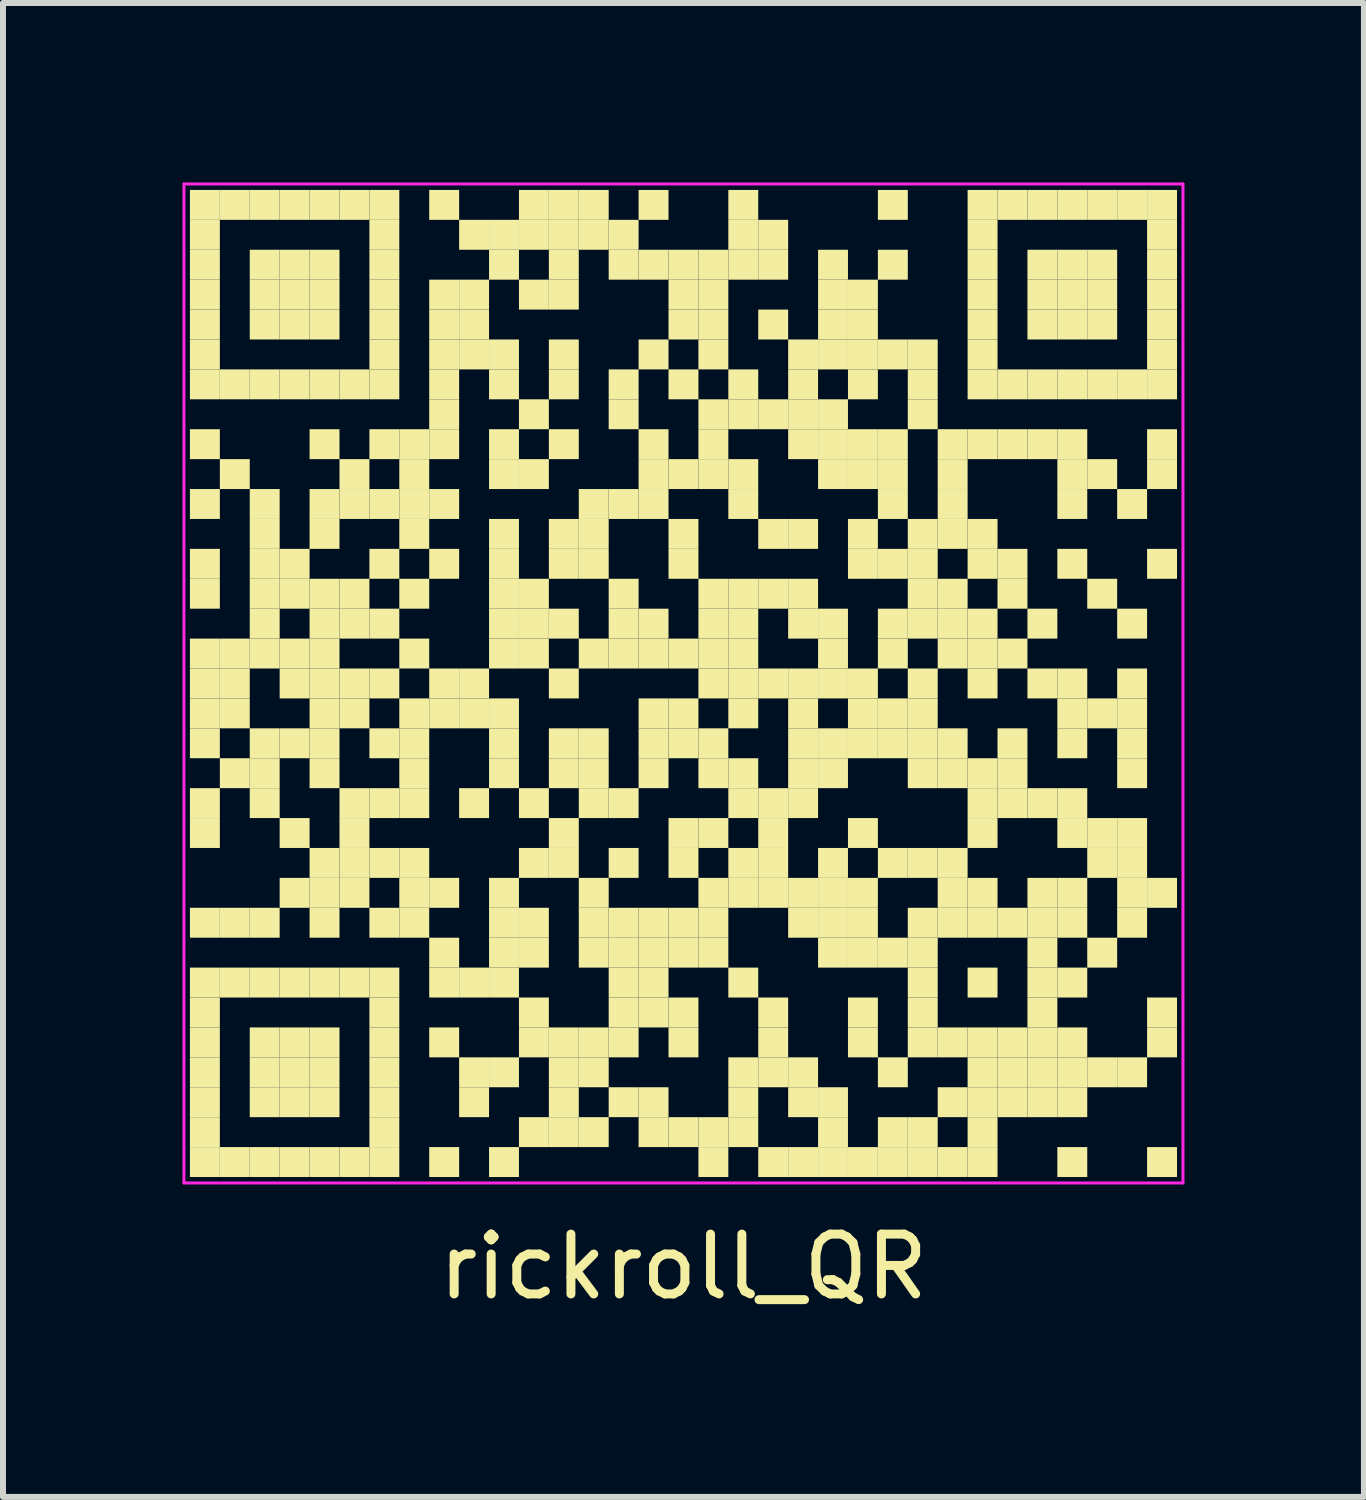
<source format=kicad_pcb>
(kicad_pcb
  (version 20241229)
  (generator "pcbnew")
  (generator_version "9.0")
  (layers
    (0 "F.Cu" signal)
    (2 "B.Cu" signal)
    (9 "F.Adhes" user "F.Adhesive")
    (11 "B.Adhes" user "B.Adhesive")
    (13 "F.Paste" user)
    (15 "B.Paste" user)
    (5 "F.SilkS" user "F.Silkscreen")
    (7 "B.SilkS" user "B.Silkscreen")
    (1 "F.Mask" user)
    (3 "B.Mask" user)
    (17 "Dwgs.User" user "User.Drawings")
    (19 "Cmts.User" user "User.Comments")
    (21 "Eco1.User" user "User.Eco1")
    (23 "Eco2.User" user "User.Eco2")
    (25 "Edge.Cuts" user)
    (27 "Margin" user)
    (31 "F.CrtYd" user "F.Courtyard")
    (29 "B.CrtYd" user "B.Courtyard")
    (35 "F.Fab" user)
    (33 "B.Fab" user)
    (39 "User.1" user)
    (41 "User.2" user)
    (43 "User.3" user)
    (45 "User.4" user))
  (footprint "rickroll_QR"
    (layer "F.Cu")
    (at 8.375 8.375)
    (property "Reference" "rickroll_QR" (at 0 9.75 0) (layer "F.SilkS") (effects (font (size 1 1) (thickness 0.15))))
    (fp_rect (start -8.25 -8.25) (end -7.75 -7.75) (stroke (width 0) (type default)) (fill yes) (layer "F.SilkS"))
    (fp_rect (start -8.25 -7.75) (end -7.75 -7.25) (stroke (width 0) (type default)) (fill yes) (layer "F.SilkS"))
    (fp_rect (start -8.25 -7.25) (end -7.75 -6.75) (stroke (width 0) (type default)) (fill yes) (layer "F.SilkS"))
    (fp_rect (start -8.25 -6.75) (end -7.75 -6.25) (stroke (width 0) (type default)) (fill yes) (layer "F.SilkS"))
    (fp_rect (start -8.25 -6.25) (end -7.75 -5.75) (stroke (width 0) (type default)) (fill yes) (layer "F.SilkS"))
    (fp_rect (start -8.25 -5.75) (end -7.75 -5.25) (stroke (width 0) (type default)) (fill yes) (layer "F.SilkS"))
    (fp_rect (start -8.25 -5.25) (end -7.75 -4.75) (stroke (width 0) (type default)) (fill yes) (layer "F.SilkS"))
    (fp_rect (start -8.25 -4.25) (end -7.75 -3.75) (stroke (width 0) (type default)) (fill yes) (layer "F.SilkS"))
    (fp_rect (start -8.25 -3.25) (end -7.75 -2.75) (stroke (width 0) (type default)) (fill yes) (layer "F.SilkS"))
    (fp_rect (start -8.25 -2.25) (end -7.75 -1.75) (stroke (width 0) (type default)) (fill yes) (layer "F.SilkS"))
    (fp_rect (start -8.25 -1.75) (end -7.75 -1.25) (stroke (width 0) (type default)) (fill yes) (layer "F.SilkS"))
    (fp_rect (start -8.25 -0.75) (end -7.75 -0.25) (stroke (width 0) (type default)) (fill yes) (layer "F.SilkS"))
    (fp_rect (start -8.25 -0.25) (end -7.75 0.25) (stroke (width 0) (type default)) (fill yes) (layer "F.SilkS"))
    (fp_rect (start -8.25 0.25) (end -7.75 0.75) (stroke (width 0) (type default)) (fill yes) (layer "F.SilkS"))
    (fp_rect (start -8.25 0.75) (end -7.75 1.25) (stroke (width 0) (type default)) (fill yes) (layer "F.SilkS"))
    (fp_rect (start -8.25 1.75) (end -7.75 2.25) (stroke (width 0) (type default)) (fill yes) (layer "F.SilkS"))
    (fp_rect (start -8.25 2.25) (end -7.75 2.75) (stroke (width 0) (type default)) (fill yes) (layer "F.SilkS"))
    (fp_rect (start -8.25 3.75) (end -7.75 4.25) (stroke (width 0) (type default)) (fill yes) (layer "F.SilkS"))
    (fp_rect (start -8.25 4.75) (end -7.75 5.25) (stroke (width 0) (type default)) (fill yes) (layer "F.SilkS"))
    (fp_rect (start -8.25 5.25) (end -7.75 5.75) (stroke (width 0) (type default)) (fill yes) (layer "F.SilkS"))
    (fp_rect (start -8.25 5.75) (end -7.75 6.25) (stroke (width 0) (type default)) (fill yes) (layer "F.SilkS"))
    (fp_rect (start -8.25 6.25) (end -7.75 6.75) (stroke (width 0) (type default)) (fill yes) (layer "F.SilkS"))
    (fp_rect (start -8.25 6.75) (end -7.75 7.25) (stroke (width 0) (type default)) (fill yes) (layer "F.SilkS"))
    (fp_rect (start -8.25 7.25) (end -7.75 7.75) (stroke (width 0) (type default)) (fill yes) (layer "F.SilkS"))
    (fp_rect (start -8.25 7.75) (end -7.75 8.25) (stroke (width 0) (type default)) (fill yes) (layer "F.SilkS"))
    (fp_rect (start -7.75 -8.25) (end -7.25 -7.75) (stroke (width 0) (type default)) (fill yes) (layer "F.SilkS"))
    (fp_rect (start -7.75 -5.25) (end -7.25 -4.75) (stroke (width 0) (type default)) (fill yes) (layer "F.SilkS"))
    (fp_rect (start -7.75 -3.75) (end -7.25 -3.25) (stroke (width 0) (type default)) (fill yes) (layer "F.SilkS"))
    (fp_rect (start -7.75 -0.75) (end -7.25 -0.25) (stroke (width 0) (type default)) (fill yes) (layer "F.SilkS"))
    (fp_rect (start -7.75 -0.25) (end -7.25 0.25) (stroke (width 0) (type default)) (fill yes) (layer "F.SilkS"))
    (fp_rect (start -7.75 0.25) (end -7.25 0.75) (stroke (width 0) (type default)) (fill yes) (layer "F.SilkS"))
    (fp_rect (start -7.75 1.25) (end -7.25 1.75) (stroke (width 0) (type default)) (fill yes) (layer "F.SilkS"))
    (fp_rect (start -7.75 3.75) (end -7.25 4.25) (stroke (width 0) (type default)) (fill yes) (layer "F.SilkS"))
    (fp_rect (start -7.75 4.75) (end -7.25 5.25) (stroke (width 0) (type default)) (fill yes) (layer "F.SilkS"))
    (fp_rect (start -7.75 7.75) (end -7.25 8.25) (stroke (width 0) (type default)) (fill yes) (layer "F.SilkS"))
    (fp_rect (start -7.25 -8.25) (end -6.75 -7.75) (stroke (width 0) (type default)) (fill yes) (layer "F.SilkS"))
    (fp_rect (start -7.25 -7.25) (end -6.75 -6.75) (stroke (width 0) (type default)) (fill yes) (layer "F.SilkS"))
    (fp_rect (start -7.25 -6.75) (end -6.75 -6.25) (stroke (width 0) (type default)) (fill yes) (layer "F.SilkS"))
    (fp_rect (start -7.25 -6.25) (end -6.75 -5.75) (stroke (width 0) (type default)) (fill yes) (layer "F.SilkS"))
    (fp_rect (start -7.25 -5.25) (end -6.75 -4.75) (stroke (width 0) (type default)) (fill yes) (layer "F.SilkS"))
    (fp_rect (start -7.25 -3.25) (end -6.75 -2.75) (stroke (width 0) (type default)) (fill yes) (layer "F.SilkS"))
    (fp_rect (start -7.25 -2.75) (end -6.75 -2.25) (stroke (width 0) (type default)) (fill yes) (layer "F.SilkS"))
    (fp_rect (start -7.25 -2.25) (end -6.75 -1.75) (stroke (width 0) (type default)) (fill yes) (layer "F.SilkS"))
    (fp_rect (start -7.25 -1.75) (end -6.75 -1.25) (stroke (width 0) (type default)) (fill yes) (layer "F.SilkS"))
    (fp_rect (start -7.25 -1.25) (end -6.75 -0.75) (stroke (width 0) (type default)) (fill yes) (layer "F.SilkS"))
    (fp_rect (start -7.25 -0.75) (end -6.75 -0.25) (stroke (width 0) (type default)) (fill yes) (layer "F.SilkS"))
    (fp_rect (start -7.25 0.75) (end -6.75 1.25) (stroke (width 0) (type default)) (fill yes) (layer "F.SilkS"))
    (fp_rect (start -7.25 1.25) (end -6.75 1.75) (stroke (width 0) (type default)) (fill yes) (layer "F.SilkS"))
    (fp_rect (start -7.25 1.75) (end -6.75 2.25) (stroke (width 0) (type default)) (fill yes) (layer "F.SilkS"))
    (fp_rect (start -7.25 3.75) (end -6.75 4.25) (stroke (width 0) (type default)) (fill yes) (layer "F.SilkS"))
    (fp_rect (start -7.25 4.75) (end -6.75 5.25) (stroke (width 0) (type default)) (fill yes) (layer "F.SilkS"))
    (fp_rect (start -7.25 5.75) (end -6.75 6.25) (stroke (width 0) (type default)) (fill yes) (layer "F.SilkS"))
    (fp_rect (start -7.25 6.25) (end -6.75 6.75) (stroke (width 0) (type default)) (fill yes) (layer "F.SilkS"))
    (fp_rect (start -7.25 6.75) (end -6.75 7.25) (stroke (width 0) (type default)) (fill yes) (layer "F.SilkS"))
    (fp_rect (start -7.25 7.75) (end -6.75 8.25) (stroke (width 0) (type default)) (fill yes) (layer "F.SilkS"))
    (fp_rect (start -6.75 -8.25) (end -6.25 -7.75) (stroke (width 0) (type default)) (fill yes) (layer "F.SilkS"))
    (fp_rect (start -6.75 -7.25) (end -6.25 -6.75) (stroke (width 0) (type default)) (fill yes) (layer "F.SilkS"))
    (fp_rect (start -6.75 -6.75) (end -6.25 -6.25) (stroke (width 0) (type default)) (fill yes) (layer "F.SilkS"))
    (fp_rect (start -6.75 -6.25) (end -6.25 -5.75) (stroke (width 0) (type default)) (fill yes) (layer "F.SilkS"))
    (fp_rect (start -6.75 -5.25) (end -6.25 -4.75) (stroke (width 0) (type default)) (fill yes) (layer "F.SilkS"))
    (fp_rect (start -6.75 -2.25) (end -6.25 -1.75) (stroke (width 0) (type default)) (fill yes) (layer "F.SilkS"))
    (fp_rect (start -6.75 -1.75) (end -6.25 -1.25) (stroke (width 0) (type default)) (fill yes) (layer "F.SilkS"))
    (fp_rect (start -6.75 -0.75) (end -6.25 -0.25) (stroke (width 0) (type default)) (fill yes) (layer "F.SilkS"))
    (fp_rect (start -6.75 -0.25) (end -6.25 0.25) (stroke (width 0) (type default)) (fill yes) (layer "F.SilkS"))
    (fp_rect (start -6.75 0.75) (end -6.25 1.25) (stroke (width 0) (type default)) (fill yes) (layer "F.SilkS"))
    (fp_rect (start -6.75 2.25) (end -6.25 2.75) (stroke (width 0) (type default)) (fill yes) (layer "F.SilkS"))
    (fp_rect (start -6.75 3.25) (end -6.25 3.75) (stroke (width 0) (type default)) (fill yes) (layer "F.SilkS"))
    (fp_rect (start -6.75 4.75) (end -6.25 5.25) (stroke (width 0) (type default)) (fill yes) (layer "F.SilkS"))
    (fp_rect (start -6.75 5.75) (end -6.25 6.25) (stroke (width 0) (type default)) (fill yes) (layer "F.SilkS"))
    (fp_rect (start -6.75 6.25) (end -6.25 6.75) (stroke (width 0) (type default)) (fill yes) (layer "F.SilkS"))
    (fp_rect (start -6.75 6.75) (end -6.25 7.25) (stroke (width 0) (type default)) (fill yes) (layer "F.SilkS"))
    (fp_rect (start -6.75 7.75) (end -6.25 8.25) (stroke (width 0) (type default)) (fill yes) (layer "F.SilkS"))
    (fp_rect (start -6.25 -8.25) (end -5.75 -7.75) (stroke (width 0) (type default)) (fill yes) (layer "F.SilkS"))
    (fp_rect (start -6.25 -7.25) (end -5.75 -6.75) (stroke (width 0) (type default)) (fill yes) (layer "F.SilkS"))
    (fp_rect (start -6.25 -6.75) (end -5.75 -6.25) (stroke (width 0) (type default)) (fill yes) (layer "F.SilkS"))
    (fp_rect (start -6.25 -6.25) (end -5.75 -5.75) (stroke (width 0) (type default)) (fill yes) (layer "F.SilkS"))
    (fp_rect (start -6.25 -5.25) (end -5.75 -4.75) (stroke (width 0) (type default)) (fill yes) (layer "F.SilkS"))
    (fp_rect (start -6.25 -4.25) (end -5.75 -3.75) (stroke (width 0) (type default)) (fill yes) (layer "F.SilkS"))
    (fp_rect (start -6.25 -3.25) (end -5.75 -2.75) (stroke (width 0) (type default)) (fill yes) (layer "F.SilkS"))
    (fp_rect (start -6.25 -2.75) (end -5.75 -2.25) (stroke (width 0) (type default)) (fill yes) (layer "F.SilkS"))
    (fp_rect (start -6.25 -1.75) (end -5.75 -1.25) (stroke (width 0) (type default)) (fill yes) (layer "F.SilkS"))
    (fp_rect (start -6.25 -1.25) (end -5.75 -0.75) (stroke (width 0) (type default)) (fill yes) (layer "F.SilkS"))
    (fp_rect (start -6.25 -0.75) (end -5.75 -0.25) (stroke (width 0) (type default)) (fill yes) (layer "F.SilkS"))
    (fp_rect (start -6.25 -0.25) (end -5.75 0.25) (stroke (width 0) (type default)) (fill yes) (layer "F.SilkS"))
    (fp_rect (start -6.25 0.25) (end -5.75 0.75) (stroke (width 0) (type default)) (fill yes) (layer "F.SilkS"))
    (fp_rect (start -6.25 0.75) (end -5.75 1.25) (stroke (width 0) (type default)) (fill yes) (layer "F.SilkS"))
    (fp_rect (start -6.25 1.25) (end -5.75 1.75) (stroke (width 0) (type default)) (fill yes) (layer "F.SilkS"))
    (fp_rect (start -6.25 2.75) (end -5.75 3.25) (stroke (width 0) (type default)) (fill yes) (layer "F.SilkS"))
    (fp_rect (start -6.25 3.25) (end -5.75 3.75) (stroke (width 0) (type default)) (fill yes) (layer "F.SilkS"))
    (fp_rect (start -6.25 3.75) (end -5.75 4.25) (stroke (width 0) (type default)) (fill yes) (layer "F.SilkS"))
    (fp_rect (start -6.25 4.75) (end -5.75 5.25) (stroke (width 0) (type default)) (fill yes) (layer "F.SilkS"))
    (fp_rect (start -6.25 5.75) (end -5.75 6.25) (stroke (width 0) (type default)) (fill yes) (layer "F.SilkS"))
    (fp_rect (start -6.25 6.25) (end -5.75 6.75) (stroke (width 0) (type default)) (fill yes) (layer "F.SilkS"))
    (fp_rect (start -6.25 6.75) (end -5.75 7.25) (stroke (width 0) (type default)) (fill yes) (layer "F.SilkS"))
    (fp_rect (start -6.25 7.75) (end -5.75 8.25) (stroke (width 0) (type default)) (fill yes) (layer "F.SilkS"))
    (fp_rect (start -5.75 -8.25) (end -5.25 -7.75) (stroke (width 0) (type default)) (fill yes) (layer "F.SilkS"))
    (fp_rect (start -5.75 -5.25) (end -5.25 -4.75) (stroke (width 0) (type default)) (fill yes) (layer "F.SilkS"))
    (fp_rect (start -5.75 -3.75) (end -5.25 -3.25) (stroke (width 0) (type default)) (fill yes) (layer "F.SilkS"))
    (fp_rect (start -5.75 -3.25) (end -5.25 -2.75) (stroke (width 0) (type default)) (fill yes) (layer "F.SilkS"))
    (fp_rect (start -5.75 -1.75) (end -5.25 -1.25) (stroke (width 0) (type default)) (fill yes) (layer "F.SilkS"))
    (fp_rect (start -5.75 -1.25) (end -5.25 -0.75) (stroke (width 0) (type default)) (fill yes) (layer "F.SilkS"))
    (fp_rect (start -5.75 -0.25) (end -5.25 0.25) (stroke (width 0) (type default)) (fill yes) (layer "F.SilkS"))
    (fp_rect (start -5.75 0.25) (end -5.25 0.75) (stroke (width 0) (type default)) (fill yes) (layer "F.SilkS"))
    (fp_rect (start -5.75 1.75) (end -5.25 2.25) (stroke (width 0) (type default)) (fill yes) (layer "F.SilkS"))
    (fp_rect (start -5.75 2.25) (end -5.25 2.75) (stroke (width 0) (type default)) (fill yes) (layer "F.SilkS"))
    (fp_rect (start -5.75 2.75) (end -5.25 3.25) (stroke (width 0) (type default)) (fill yes) (layer "F.SilkS"))
    (fp_rect (start -5.75 3.25) (end -5.25 3.75) (stroke (width 0) (type default)) (fill yes) (layer "F.SilkS"))
    (fp_rect (start -5.75 4.75) (end -5.25 5.25) (stroke (width 0) (type default)) (fill yes) (layer "F.SilkS"))
    (fp_rect (start -5.75 7.75) (end -5.25 8.25) (stroke (width 0) (type default)) (fill yes) (layer "F.SilkS"))
    (fp_rect (start -5.25 -8.25) (end -4.75 -7.75) (stroke (width 0) (type default)) (fill yes) (layer "F.SilkS"))
    (fp_rect (start -5.25 -7.75) (end -4.75 -7.25) (stroke (width 0) (type default)) (fill yes) (layer "F.SilkS"))
    (fp_rect (start -5.25 -7.25) (end -4.75 -6.75) (stroke (width 0) (type default)) (fill yes) (layer "F.SilkS"))
    (fp_rect (start -5.25 -6.75) (end -4.75 -6.25) (stroke (width 0) (type default)) (fill yes) (layer "F.SilkS"))
    (fp_rect (start -5.25 -6.25) (end -4.75 -5.75) (stroke (width 0) (type default)) (fill yes) (layer "F.SilkS"))
    (fp_rect (start -5.25 -5.75) (end -4.75 -5.25) (stroke (width 0) (type default)) (fill yes) (layer "F.SilkS"))
    (fp_rect (start -5.25 -5.25) (end -4.75 -4.75) (stroke (width 0) (type default)) (fill yes) (layer "F.SilkS"))
    (fp_rect (start -5.25 -4.25) (end -4.75 -3.75) (stroke (width 0) (type default)) (fill yes) (layer "F.SilkS"))
    (fp_rect (start -5.25 -3.25) (end -4.75 -2.75) (stroke (width 0) (type default)) (fill yes) (layer "F.SilkS"))
    (fp_rect (start -5.25 -2.25) (end -4.75 -1.75) (stroke (width 0) (type default)) (fill yes) (layer "F.SilkS"))
    (fp_rect (start -5.25 -1.25) (end -4.75 -0.75) (stroke (width 0) (type default)) (fill yes) (layer "F.SilkS"))
    (fp_rect (start -5.25 -0.25) (end -4.75 0.25) (stroke (width 0) (type default)) (fill yes) (layer "F.SilkS"))
    (fp_rect (start -5.25 0.75) (end -4.75 1.25) (stroke (width 0) (type default)) (fill yes) (layer "F.SilkS"))
    (fp_rect (start -5.25 1.75) (end -4.75 2.25) (stroke (width 0) (type default)) (fill yes) (layer "F.SilkS"))
    (fp_rect (start -5.25 2.75) (end -4.75 3.25) (stroke (width 0) (type default)) (fill yes) (layer "F.SilkS"))
    (fp_rect (start -5.25 3.75) (end -4.75 4.25) (stroke (width 0) (type default)) (fill yes) (layer "F.SilkS"))
    (fp_rect (start -5.25 4.75) (end -4.75 5.25) (stroke (width 0) (type default)) (fill yes) (layer "F.SilkS"))
    (fp_rect (start -5.25 5.25) (end -4.75 5.75) (stroke (width 0) (type default)) (fill yes) (layer "F.SilkS"))
    (fp_rect (start -5.25 5.75) (end -4.75 6.25) (stroke (width 0) (type default)) (fill yes) (layer "F.SilkS"))
    (fp_rect (start -5.25 6.25) (end -4.75 6.75) (stroke (width 0) (type default)) (fill yes) (layer "F.SilkS"))
    (fp_rect (start -5.25 6.75) (end -4.75 7.25) (stroke (width 0) (type default)) (fill yes) (layer "F.SilkS"))
    (fp_rect (start -5.25 7.25) (end -4.75 7.75) (stroke (width 0) (type default)) (fill yes) (layer "F.SilkS"))
    (fp_rect (start -5.25 7.75) (end -4.75 8.25) (stroke (width 0) (type default)) (fill yes) (layer "F.SilkS"))
    (fp_rect (start -4.75 -4.25) (end -4.25 -3.75) (stroke (width 0) (type default)) (fill yes) (layer "F.SilkS"))
    (fp_rect (start -4.75 -3.75) (end -4.25 -3.25) (stroke (width 0) (type default)) (fill yes) (layer "F.SilkS"))
    (fp_rect (start -4.75 -3.25) (end -4.25 -2.75) (stroke (width 0) (type default)) (fill yes) (layer "F.SilkS"))
    (fp_rect (start -4.75 -2.75) (end -4.25 -2.25) (stroke (width 0) (type default)) (fill yes) (layer "F.SilkS"))
    (fp_rect (start -4.75 -1.75) (end -4.25 -1.25) (stroke (width 0) (type default)) (fill yes) (layer "F.SilkS"))
    (fp_rect (start -4.75 -0.75) (end -4.25 -0.25) (stroke (width 0) (type default)) (fill yes) (layer "F.SilkS"))
    (fp_rect (start -4.75 0.25) (end -4.25 0.75) (stroke (width 0) (type default)) (fill yes) (layer "F.SilkS"))
    (fp_rect (start -4.75 0.75) (end -4.25 1.25) (stroke (width 0) (type default)) (fill yes) (layer "F.SilkS"))
    (fp_rect (start -4.75 1.25) (end -4.25 1.75) (stroke (width 0) (type default)) (fill yes) (layer "F.SilkS"))
    (fp_rect (start -4.75 1.75) (end -4.25 2.25) (stroke (width 0) (type default)) (fill yes) (layer "F.SilkS"))
    (fp_rect (start -4.75 2.75) (end -4.25 3.25) (stroke (width 0) (type default)) (fill yes) (layer "F.SilkS"))
    (fp_rect (start -4.75 3.25) (end -4.25 3.75) (stroke (width 0) (type default)) (fill yes) (layer "F.SilkS"))
    (fp_rect (start -4.75 3.75) (end -4.25 4.25) (stroke (width 0) (type default)) (fill yes) (layer "F.SilkS"))
    (fp_rect (start -4.25 -8.25) (end -3.75 -7.75) (stroke (width 0) (type default)) (fill yes) (layer "F.SilkS"))
    (fp_rect (start -4.25 -6.75) (end -3.75 -6.25) (stroke (width 0) (type default)) (fill yes) (layer "F.SilkS"))
    (fp_rect (start -4.25 -6.25) (end -3.75 -5.75) (stroke (width 0) (type default)) (fill yes) (layer "F.SilkS"))
    (fp_rect (start -4.25 -5.75) (end -3.75 -5.25) (stroke (width 0) (type default)) (fill yes) (layer "F.SilkS"))
    (fp_rect (start -4.25 -5.25) (end -3.75 -4.75) (stroke (width 0) (type default)) (fill yes) (layer "F.SilkS"))
    (fp_rect (start -4.25 -4.75) (end -3.75 -4.25) (stroke (width 0) (type default)) (fill yes) (layer "F.SilkS"))
    (fp_rect (start -4.25 -4.25) (end -3.75 -3.75) (stroke (width 0) (type default)) (fill yes) (layer "F.SilkS"))
    (fp_rect (start -4.25 -3.25) (end -3.75 -2.75) (stroke (width 0) (type default)) (fill yes) (layer "F.SilkS"))
    (fp_rect (start -4.25 -2.25) (end -3.75 -1.75) (stroke (width 0) (type default)) (fill yes) (layer "F.SilkS"))
    (fp_rect (start -4.25 -0.25) (end -3.75 0.25) (stroke (width 0) (type default)) (fill yes) (layer "F.SilkS"))
    (fp_rect (start -4.25 0.25) (end -3.75 0.75) (stroke (width 0) (type default)) (fill yes) (layer "F.SilkS"))
    (fp_rect (start -4.25 3.25) (end -3.75 3.75) (stroke (width 0) (type default)) (fill yes) (layer "F.SilkS"))
    (fp_rect (start -4.25 4.25) (end -3.75 4.75) (stroke (width 0) (type default)) (fill yes) (layer "F.SilkS"))
    (fp_rect (start -4.25 4.75) (end -3.75 5.25) (stroke (width 0) (type default)) (fill yes) (layer "F.SilkS"))
    (fp_rect (start -4.25 5.75) (end -3.75 6.25) (stroke (width 0) (type default)) (fill yes) (layer "F.SilkS"))
    (fp_rect (start -4.25 7.75) (end -3.75 8.25) (stroke (width 0) (type default)) (fill yes) (layer "F.SilkS"))
    (fp_rect (start -3.75 -7.75) (end -3.25 -7.25) (stroke (width 0) (type default)) (fill yes) (layer "F.SilkS"))
    (fp_rect (start -3.75 -6.75) (end -3.25 -6.25) (stroke (width 0) (type default)) (fill yes) (layer "F.SilkS"))
    (fp_rect (start -3.75 -6.25) (end -3.25 -5.75) (stroke (width 0) (type default)) (fill yes) (layer "F.SilkS"))
    (fp_rect (start -3.75 -5.75) (end -3.25 -5.25) (stroke (width 0) (type default)) (fill yes) (layer "F.SilkS"))
    (fp_rect (start -3.75 -0.25) (end -3.25 0.25) (stroke (width 0) (type default)) (fill yes) (layer "F.SilkS"))
    (fp_rect (start -3.75 0.25) (end -3.25 0.75) (stroke (width 0) (type default)) (fill yes) (layer "F.SilkS"))
    (fp_rect (start -3.75 1.75) (end -3.25 2.25) (stroke (width 0) (type default)) (fill yes) (layer "F.SilkS"))
    (fp_rect (start -3.75 4.75) (end -3.25 5.25) (stroke (width 0) (type default)) (fill yes) (layer "F.SilkS"))
    (fp_rect (start -3.75 6.25) (end -3.25 6.75) (stroke (width 0) (type default)) (fill yes) (layer "F.SilkS"))
    (fp_rect (start -3.75 6.75) (end -3.25 7.25) (stroke (width 0) (type default)) (fill yes) (layer "F.SilkS"))
    (fp_rect (start -3.25 -7.75) (end -2.75 -7.25) (stroke (width 0) (type default)) (fill yes) (layer "F.SilkS"))
    (fp_rect (start -3.25 -7.25) (end -2.75 -6.75) (stroke (width 0) (type default)) (fill yes) (layer "F.SilkS"))
    (fp_rect (start -3.25 -5.75) (end -2.75 -5.25) (stroke (width 0) (type default)) (fill yes) (layer "F.SilkS"))
    (fp_rect (start -3.25 -5.25) (end -2.75 -4.75) (stroke (width 0) (type default)) (fill yes) (layer "F.SilkS"))
    (fp_rect (start -3.25 -4.25) (end -2.75 -3.75) (stroke (width 0) (type default)) (fill yes) (layer "F.SilkS"))
    (fp_rect (start -3.25 -3.75) (end -2.75 -3.25) (stroke (width 0) (type default)) (fill yes) (layer "F.SilkS"))
    (fp_rect (start -3.25 -2.75) (end -2.75 -2.25) (stroke (width 0) (type default)) (fill yes) (layer "F.SilkS"))
    (fp_rect (start -3.25 -2.25) (end -2.75 -1.75) (stroke (width 0) (type default)) (fill yes) (layer "F.SilkS"))
    (fp_rect (start -3.25 -1.75) (end -2.75 -1.25) (stroke (width 0) (type default)) (fill yes) (layer "F.SilkS"))
    (fp_rect (start -3.25 -1.25) (end -2.75 -0.75) (stroke (width 0) (type default)) (fill yes) (layer "F.SilkS"))
    (fp_rect (start -3.25 -0.75) (end -2.75 -0.25) (stroke (width 0) (type default)) (fill yes) (layer "F.SilkS"))
    (fp_rect (start -3.25 0.25) (end -2.75 0.75) (stroke (width 0) (type default)) (fill yes) (layer "F.SilkS"))
    (fp_rect (start -3.25 0.75) (end -2.75 1.25) (stroke (width 0) (type default)) (fill yes) (layer "F.SilkS"))
    (fp_rect (start -3.25 1.25) (end -2.75 1.75) (stroke (width 0) (type default)) (fill yes) (layer "F.SilkS"))
    (fp_rect (start -3.25 3.25) (end -2.75 3.75) (stroke (width 0) (type default)) (fill yes) (layer "F.SilkS"))
    (fp_rect (start -3.25 3.75) (end -2.75 4.25) (stroke (width 0) (type default)) (fill yes) (layer "F.SilkS"))
    (fp_rect (start -3.25 4.25) (end -2.75 4.75) (stroke (width 0) (type default)) (fill yes) (layer "F.SilkS"))
    (fp_rect (start -3.25 4.75) (end -2.75 5.25) (stroke (width 0) (type default)) (fill yes) (layer "F.SilkS"))
    (fp_rect (start -3.25 6.25) (end -2.75 6.75) (stroke (width 0) (type default)) (fill yes) (layer "F.SilkS"))
    (fp_rect (start -3.25 7.75) (end -2.75 8.25) (stroke (width 0) (type default)) (fill yes) (layer "F.SilkS"))
    (fp_rect (start -2.75 -8.25) (end -2.25 -7.75) (stroke (width 0) (type default)) (fill yes) (layer "F.SilkS"))
    (fp_rect (start -2.75 -7.75) (end -2.25 -7.25) (stroke (width 0) (type default)) (fill yes) (layer "F.SilkS"))
    (fp_rect (start -2.75 -6.75) (end -2.25 -6.25) (stroke (width 0) (type default)) (fill yes) (layer "F.SilkS"))
    (fp_rect (start -2.75 -4.75) (end -2.25 -4.25) (stroke (width 0) (type default)) (fill yes) (layer "F.SilkS"))
    (fp_rect (start -2.75 -3.75) (end -2.25 -3.25) (stroke (width 0) (type default)) (fill yes) (layer "F.SilkS"))
    (fp_rect (start -2.75 -1.75) (end -2.25 -1.25) (stroke (width 0) (type default)) (fill yes) (layer "F.SilkS"))
    (fp_rect (start -2.75 -1.25) (end -2.25 -0.75) (stroke (width 0) (type default)) (fill yes) (layer "F.SilkS"))
    (fp_rect (start -2.75 -0.75) (end -2.25 -0.25) (stroke (width 0) (type default)) (fill yes) (layer "F.SilkS"))
    (fp_rect (start -2.75 1.75) (end -2.25 2.25) (stroke (width 0) (type default)) (fill yes) (layer "F.SilkS"))
    (fp_rect (start -2.75 2.75) (end -2.25 3.25) (stroke (width 0) (type default)) (fill yes) (layer "F.SilkS"))
    (fp_rect (start -2.75 3.75) (end -2.25 4.25) (stroke (width 0) (type default)) (fill yes) (layer "F.SilkS"))
    (fp_rect (start -2.75 4.25) (end -2.25 4.75) (stroke (width 0) (type default)) (fill yes) (layer "F.SilkS"))
    (fp_rect (start -2.75 5.25) (end -2.25 5.75) (stroke (width 0) (type default)) (fill yes) (layer "F.SilkS"))
    (fp_rect (start -2.75 5.75) (end -2.25 6.25) (stroke (width 0) (type default)) (fill yes) (layer "F.SilkS"))
    (fp_rect (start -2.75 7.25) (end -2.25 7.75) (stroke (width 0) (type default)) (fill yes) (layer "F.SilkS"))
    (fp_rect (start -2.25 -8.25) (end -1.75 -7.75) (stroke (width 0) (type default)) (fill yes) (layer "F.SilkS"))
    (fp_rect (start -2.25 -7.75) (end -1.75 -7.25) (stroke (width 0) (type default)) (fill yes) (layer "F.SilkS"))
    (fp_rect (start -2.25 -7.25) (end -1.75 -6.75) (stroke (width 0) (type default)) (fill yes) (layer "F.SilkS"))
    (fp_rect (start -2.25 -6.75) (end -1.75 -6.25) (stroke (width 0) (type default)) (fill yes) (layer "F.SilkS"))
    (fp_rect (start -2.25 -5.75) (end -1.75 -5.25) (stroke (width 0) (type default)) (fill yes) (layer "F.SilkS"))
    (fp_rect (start -2.25 -5.25) (end -1.75 -4.75) (stroke (width 0) (type default)) (fill yes) (layer "F.SilkS"))
    (fp_rect (start -2.25 -4.25) (end -1.75 -3.75) (stroke (width 0) (type default)) (fill yes) (layer "F.SilkS"))
    (fp_rect (start -2.25 -2.75) (end -1.75 -2.25) (stroke (width 0) (type default)) (fill yes) (layer "F.SilkS"))
    (fp_rect (start -2.25 -2.25) (end -1.75 -1.75) (stroke (width 0) (type default)) (fill yes) (layer "F.SilkS"))
    (fp_rect (start -2.25 -1.25) (end -1.75 -0.75) (stroke (width 0) (type default)) (fill yes) (layer "F.SilkS"))
    (fp_rect (start -2.25 -0.25) (end -1.75 0.25) (stroke (width 0) (type default)) (fill yes) (layer "F.SilkS"))
    (fp_rect (start -2.25 0.75) (end -1.75 1.25) (stroke (width 0) (type default)) (fill yes) (layer "F.SilkS"))
    (fp_rect (start -2.25 1.25) (end -1.75 1.75) (stroke (width 0) (type default)) (fill yes) (layer "F.SilkS"))
    (fp_rect (start -2.25 2.25) (end -1.75 2.75) (stroke (width 0) (type default)) (fill yes) (layer "F.SilkS"))
    (fp_rect (start -2.25 2.75) (end -1.75 3.25) (stroke (width 0) (type default)) (fill yes) (layer "F.SilkS"))
    (fp_rect (start -2.25 5.75) (end -1.75 6.25) (stroke (width 0) (type default)) (fill yes) (layer "F.SilkS"))
    (fp_rect (start -2.25 6.25) (end -1.75 6.75) (stroke (width 0) (type default)) (fill yes) (layer "F.SilkS"))
    (fp_rect (start -2.25 6.75) (end -1.75 7.25) (stroke (width 0) (type default)) (fill yes) (layer "F.SilkS"))
    (fp_rect (start -2.25 7.25) (end -1.75 7.75) (stroke (width 0) (type default)) (fill yes) (layer "F.SilkS"))
    (fp_rect (start -1.75 -8.25) (end -1.25 -7.75) (stroke (width 0) (type default)) (fill yes) (layer "F.SilkS"))
    (fp_rect (start -1.75 -7.75) (end -1.25 -7.25) (stroke (width 0) (type default)) (fill yes) (layer "F.SilkS"))
    (fp_rect (start -1.75 -3.25) (end -1.25 -2.75) (stroke (width 0) (type default)) (fill yes) (layer "F.SilkS"))
    (fp_rect (start -1.75 -2.75) (end -1.25 -2.25) (stroke (width 0) (type default)) (fill yes) (layer "F.SilkS"))
    (fp_rect (start -1.75 -2.25) (end -1.25 -1.75) (stroke (width 0) (type default)) (fill yes) (layer "F.SilkS"))
    (fp_rect (start -1.75 -0.75) (end -1.25 -0.25) (stroke (width 0) (type default)) (fill yes) (layer "F.SilkS"))
    (fp_rect (start -1.75 0.75) (end -1.25 1.25) (stroke (width 0) (type default)) (fill yes) (layer "F.SilkS"))
    (fp_rect (start -1.75 1.25) (end -1.25 1.75) (stroke (width 0) (type default)) (fill yes) (layer "F.SilkS"))
    (fp_rect (start -1.75 1.75) (end -1.25 2.25) (stroke (width 0) (type default)) (fill yes) (layer "F.SilkS"))
    (fp_rect (start -1.75 3.25) (end -1.25 3.75) (stroke (width 0) (type default)) (fill yes) (layer "F.SilkS"))
    (fp_rect (start -1.75 3.75) (end -1.25 4.25) (stroke (width 0) (type default)) (fill yes) (layer "F.SilkS"))
    (fp_rect (start -1.75 4.25) (end -1.25 4.75) (stroke (width 0) (type default)) (fill yes) (layer "F.SilkS"))
    (fp_rect (start -1.75 5.75) (end -1.25 6.25) (stroke (width 0) (type default)) (fill yes) (layer "F.SilkS"))
    (fp_rect (start -1.75 6.25) (end -1.25 6.75) (stroke (width 0) (type default)) (fill yes) (layer "F.SilkS"))
    (fp_rect (start -1.75 7.25) (end -1.25 7.75) (stroke (width 0) (type default)) (fill yes) (layer "F.SilkS"))
    (fp_rect (start -1.25 -7.75) (end -0.75 -7.25) (stroke (width 0) (type default)) (fill yes) (layer "F.SilkS"))
    (fp_rect (start -1.25 -7.25) (end -0.75 -6.75) (stroke (width 0) (type default)) (fill yes) (layer "F.SilkS"))
    (fp_rect (start -1.25 -5.25) (end -0.75 -4.75) (stroke (width 0) (type default)) (fill yes) (layer "F.SilkS"))
    (fp_rect (start -1.25 -4.75) (end -0.75 -4.25) (stroke (width 0) (type default)) (fill yes) (layer "F.SilkS"))
    (fp_rect (start -1.25 -3.25) (end -0.75 -2.75) (stroke (width 0) (type default)) (fill yes) (layer "F.SilkS"))
    (fp_rect (start -1.25 -1.75) (end -0.75 -1.25) (stroke (width 0) (type default)) (fill yes) (layer "F.SilkS"))
    (fp_rect (start -1.25 -1.25) (end -0.75 -0.75) (stroke (width 0) (type default)) (fill yes) (layer "F.SilkS"))
    (fp_rect (start -1.25 -0.75) (end -0.75 -0.25) (stroke (width 0) (type default)) (fill yes) (layer "F.SilkS"))
    (fp_rect (start -1.25 1.75) (end -0.75 2.25) (stroke (width 0) (type default)) (fill yes) (layer "F.SilkS"))
    (fp_rect (start -1.25 2.75) (end -0.75 3.25) (stroke (width 0) (type default)) (fill yes) (layer "F.SilkS"))
    (fp_rect (start -1.25 3.75) (end -0.75 4.25) (stroke (width 0) (type default)) (fill yes) (layer "F.SilkS"))
    (fp_rect (start -1.25 4.25) (end -0.75 4.75) (stroke (width 0) (type default)) (fill yes) (layer "F.SilkS"))
    (fp_rect (start -1.25 4.75) (end -0.75 5.25) (stroke (width 0) (type default)) (fill yes) (layer "F.SilkS"))
    (fp_rect (start -1.25 5.25) (end -0.75 5.75) (stroke (width 0) (type default)) (fill yes) (layer "F.SilkS"))
    (fp_rect (start -1.25 5.75) (end -0.75 6.25) (stroke (width 0) (type default)) (fill yes) (layer "F.SilkS"))
    (fp_rect (start -1.25 6.75) (end -0.75 7.25) (stroke (width 0) (type default)) (fill yes) (layer "F.SilkS"))
    (fp_rect (start -0.75 -8.25) (end -0.25 -7.75) (stroke (width 0) (type default)) (fill yes) (layer "F.SilkS"))
    (fp_rect (start -0.75 -7.25) (end -0.25 -6.75) (stroke (width 0) (type default)) (fill yes) (layer "F.SilkS"))
    (fp_rect (start -0.75 -5.75) (end -0.25 -5.25) (stroke (width 0) (type default)) (fill yes) (layer "F.SilkS"))
    (fp_rect (start -0.75 -4.25) (end -0.25 -3.75) (stroke (width 0) (type default)) (fill yes) (layer "F.SilkS"))
    (fp_rect (start -0.75 -3.75) (end -0.25 -3.25) (stroke (width 0) (type default)) (fill yes) (layer "F.SilkS"))
    (fp_rect (start -0.75 -3.25) (end -0.25 -2.75) (stroke (width 0) (type default)) (fill yes) (layer "F.SilkS"))
    (fp_rect (start -0.75 -1.25) (end -0.25 -0.75) (stroke (width 0) (type default)) (fill yes) (layer "F.SilkS"))
    (fp_rect (start -0.75 -0.75) (end -0.25 -0.25) (stroke (width 0) (type default)) (fill yes) (layer "F.SilkS"))
    (fp_rect (start -0.75 0.25) (end -0.25 0.75) (stroke (width 0) (type default)) (fill yes) (layer "F.SilkS"))
    (fp_rect (start -0.75 0.75) (end -0.25 1.25) (stroke (width 0) (type default)) (fill yes) (layer "F.SilkS"))
    (fp_rect (start -0.75 1.25) (end -0.25 1.75) (stroke (width 0) (type default)) (fill yes) (layer "F.SilkS"))
    (fp_rect (start -0.75 3.75) (end -0.25 4.25) (stroke (width 0) (type default)) (fill yes) (layer "F.SilkS"))
    (fp_rect (start -0.75 4.25) (end -0.25 4.75) (stroke (width 0) (type default)) (fill yes) (layer "F.SilkS"))
    (fp_rect (start -0.75 4.75) (end -0.25 5.25) (stroke (width 0) (type default)) (fill yes) (layer "F.SilkS"))
    (fp_rect (start -0.75 5.25) (end -0.25 5.75) (stroke (width 0) (type default)) (fill yes) (layer "F.SilkS"))
    (fp_rect (start -0.75 6.75) (end -0.25 7.25) (stroke (width 0) (type default)) (fill yes) (layer "F.SilkS"))
    (fp_rect (start -0.75 7.25) (end -0.25 7.75) (stroke (width 0) (type default)) (fill yes) (layer "F.SilkS"))
    (fp_rect (start -0.25 -7.25) (end 0.25 -6.75) (stroke (width 0) (type default)) (fill yes) (layer "F.SilkS"))
    (fp_rect (start -0.25 -6.75) (end 0.25 -6.25) (stroke (width 0) (type default)) (fill yes) (layer "F.SilkS"))
    (fp_rect (start -0.25 -6.25) (end 0.25 -5.75) (stroke (width 0) (type default)) (fill yes) (layer "F.SilkS"))
    (fp_rect (start -0.25 -5.25) (end 0.25 -4.75) (stroke (width 0) (type default)) (fill yes) (layer "F.SilkS"))
    (fp_rect (start -0.25 -3.75) (end 0.25 -3.25) (stroke (width 0) (type default)) (fill yes) (layer "F.SilkS"))
    (fp_rect (start -0.25 -2.75) (end 0.25 -2.25) (stroke (width 0) (type default)) (fill yes) (layer "F.SilkS"))
    (fp_rect (start -0.25 -2.25) (end 0.25 -1.75) (stroke (width 0) (type default)) (fill yes) (layer "F.SilkS"))
    (fp_rect (start -0.25 -0.75) (end 0.25 -0.25) (stroke (width 0) (type default)) (fill yes) (layer "F.SilkS"))
    (fp_rect (start -0.25 0.25) (end 0.25 0.75) (stroke (width 0) (type default)) (fill yes) (layer "F.SilkS"))
    (fp_rect (start -0.25 0.75) (end 0.25 1.25) (stroke (width 0) (type default)) (fill yes) (layer "F.SilkS"))
    (fp_rect (start -0.25 2.25) (end 0.25 2.75) (stroke (width 0) (type default)) (fill yes) (layer "F.SilkS"))
    (fp_rect (start -0.25 2.75) (end 0.25 3.25) (stroke (width 0) (type default)) (fill yes) (layer "F.SilkS"))
    (fp_rect (start -0.25 3.75) (end 0.25 4.25) (stroke (width 0) (type default)) (fill yes) (layer "F.SilkS"))
    (fp_rect (start -0.25 4.25) (end 0.25 4.75) (stroke (width 0) (type default)) (fill yes) (layer "F.SilkS"))
    (fp_rect (start -0.25 5.25) (end 0.25 5.75) (stroke (width 0) (type default)) (fill yes) (layer "F.SilkS"))
    (fp_rect (start -0.25 5.75) (end 0.25 6.25) (stroke (width 0) (type default)) (fill yes) (layer "F.SilkS"))
    (fp_rect (start -0.25 7.25) (end 0.25 7.75) (stroke (width 0) (type default)) (fill yes) (layer "F.SilkS"))
    (fp_rect (start 0.25 -7.25) (end 0.75 -6.75) (stroke (width 0) (type default)) (fill yes) (layer "F.SilkS"))
    (fp_rect (start 0.25 -6.75) (end 0.75 -6.25) (stroke (width 0) (type default)) (fill yes) (layer "F.SilkS"))
    (fp_rect (start 0.25 -6.25) (end 0.75 -5.75) (stroke (width 0) (type default)) (fill yes) (layer "F.SilkS"))
    (fp_rect (start 0.25 -5.75) (end 0.75 -5.25) (stroke (width 0) (type default)) (fill yes) (layer "F.SilkS"))
    (fp_rect (start 0.25 -4.75) (end 0.75 -4.25) (stroke (width 0) (type default)) (fill yes) (layer "F.SilkS"))
    (fp_rect (start 0.25 -4.25) (end 0.75 -3.75) (stroke (width 0) (type default)) (fill yes) (layer "F.SilkS"))
    (fp_rect (start 0.25 -3.75) (end 0.75 -3.25) (stroke (width 0) (type default)) (fill yes) (layer "F.SilkS"))
    (fp_rect (start 0.25 -1.75) (end 0.75 -1.25) (stroke (width 0) (type default)) (fill yes) (layer "F.SilkS"))
    (fp_rect (start 0.25 -1.25) (end 0.75 -0.75) (stroke (width 0) (type default)) (fill yes) (layer "F.SilkS"))
    (fp_rect (start 0.25 -0.75) (end 0.75 -0.25) (stroke (width 0) (type default)) (fill yes) (layer "F.SilkS"))
    (fp_rect (start 0.25 -0.25) (end 0.75 0.25) (stroke (width 0) (type default)) (fill yes) (layer "F.SilkS"))
    (fp_rect (start 0.25 0.75) (end 0.75 1.25) (stroke (width 0) (type default)) (fill yes) (layer "F.SilkS"))
    (fp_rect (start 0.25 1.25) (end 0.75 1.75) (stroke (width 0) (type default)) (fill yes) (layer "F.SilkS"))
    (fp_rect (start 0.25 2.25) (end 0.75 2.75) (stroke (width 0) (type default)) (fill yes) (layer "F.SilkS"))
    (fp_rect (start 0.25 3.25) (end 0.75 3.75) (stroke (width 0) (type default)) (fill yes) (layer "F.SilkS"))
    (fp_rect (start 0.25 3.75) (end 0.75 4.25) (stroke (width 0) (type default)) (fill yes) (layer "F.SilkS"))
    (fp_rect (start 0.25 4.25) (end 0.75 4.75) (stroke (width 0) (type default)) (fill yes) (layer "F.SilkS"))
    (fp_rect (start 0.25 7.25) (end 0.75 7.75) (stroke (width 0) (type default)) (fill yes) (layer "F.SilkS"))
    (fp_rect (start 0.25 7.75) (end 0.75 8.25) (stroke (width 0) (type default)) (fill yes) (layer "F.SilkS"))
    (fp_rect (start 0.75 -8.25) (end 1.25 -7.75) (stroke (width 0) (type default)) (fill yes) (layer "F.SilkS"))
    (fp_rect (start 0.75 -7.75) (end 1.25 -7.25) (stroke (width 0) (type default)) (fill yes) (layer "F.SilkS"))
    (fp_rect (start 0.75 -7.25) (end 1.25 -6.75) (stroke (width 0) (type default)) (fill yes) (layer "F.SilkS"))
    (fp_rect (start 0.75 -5.25) (end 1.25 -4.75) (stroke (width 0) (type default)) (fill yes) (layer "F.SilkS"))
    (fp_rect (start 0.75 -4.75) (end 1.25 -4.25) (stroke (width 0) (type default)) (fill yes) (layer "F.SilkS"))
    (fp_rect (start 0.75 -3.75) (end 1.25 -3.25) (stroke (width 0) (type default)) (fill yes) (layer "F.SilkS"))
    (fp_rect (start 0.75 -3.25) (end 1.25 -2.75) (stroke (width 0) (type default)) (fill yes) (layer "F.SilkS"))
    (fp_rect (start 0.75 -1.75) (end 1.25 -1.25) (stroke (width 0) (type default)) (fill yes) (layer "F.SilkS"))
    (fp_rect (start 0.75 -1.25) (end 1.25 -0.75) (stroke (width 0) (type default)) (fill yes) (layer "F.SilkS"))
    (fp_rect (start 0.75 -0.75) (end 1.25 -0.25) (stroke (width 0) (type default)) (fill yes) (layer "F.SilkS"))
    (fp_rect (start 0.75 -0.25) (end 1.25 0.25) (stroke (width 0) (type default)) (fill yes) (layer "F.SilkS"))
    (fp_rect (start 0.75 0.25) (end 1.25 0.75) (stroke (width 0) (type default)) (fill yes) (layer "F.SilkS"))
    (fp_rect (start 0.75 1.25) (end 1.25 1.75) (stroke (width 0) (type default)) (fill yes) (layer "F.SilkS"))
    (fp_rect (start 0.75 1.75) (end 1.25 2.25) (stroke (width 0) (type default)) (fill yes) (layer "F.SilkS"))
    (fp_rect (start 0.75 2.75) (end 1.25 3.25) (stroke (width 0) (type default)) (fill yes) (layer "F.SilkS"))
    (fp_rect (start 0.75 3.25) (end 1.25 3.75) (stroke (width 0) (type default)) (fill yes) (layer "F.SilkS"))
    (fp_rect (start 0.75 4.75) (end 1.25 5.25) (stroke (width 0) (type default)) (fill yes) (layer "F.SilkS"))
    (fp_rect (start 0.75 6.25) (end 1.25 6.75) (stroke (width 0) (type default)) (fill yes) (layer "F.SilkS"))
    (fp_rect (start 0.75 6.75) (end 1.25 7.25) (stroke (width 0) (type default)) (fill yes) (layer "F.SilkS"))
    (fp_rect (start 0.75 7.25) (end 1.25 7.75) (stroke (width 0) (type default)) (fill yes) (layer "F.SilkS"))
    (fp_rect (start 1.25 -7.75) (end 1.75 -7.25) (stroke (width 0) (type default)) (fill yes) (layer "F.SilkS"))
    (fp_rect (start 1.25 -7.25) (end 1.75 -6.75) (stroke (width 0) (type default)) (fill yes) (layer "F.SilkS"))
    (fp_rect (start 1.25 -6.25) (end 1.75 -5.75) (stroke (width 0) (type default)) (fill yes) (layer "F.SilkS"))
    (fp_rect (start 1.25 -4.75) (end 1.75 -4.25) (stroke (width 0) (type default)) (fill yes) (layer "F.SilkS"))
    (fp_rect (start 1.25 -2.75) (end 1.75 -2.25) (stroke (width 0) (type default)) (fill yes) (layer "F.SilkS"))
    (fp_rect (start 1.25 -1.75) (end 1.75 -1.25) (stroke (width 0) (type default)) (fill yes) (layer "F.SilkS"))
    (fp_rect (start 1.25 -0.25) (end 1.75 0.25) (stroke (width 0) (type default)) (fill yes) (layer "F.SilkS"))
    (fp_rect (start 1.25 1.75) (end 1.75 2.25) (stroke (width 0) (type default)) (fill yes) (layer "F.SilkS"))
    (fp_rect (start 1.25 2.25) (end 1.75 2.75) (stroke (width 0) (type default)) (fill yes) (layer "F.SilkS"))
    (fp_rect (start 1.25 2.75) (end 1.75 3.25) (stroke (width 0) (type default)) (fill yes) (layer "F.SilkS"))
    (fp_rect (start 1.25 3.25) (end 1.75 3.75) (stroke (width 0) (type default)) (fill yes) (layer "F.SilkS"))
    (fp_rect (start 1.25 5.25) (end 1.75 5.75) (stroke (width 0) (type default)) (fill yes) (layer "F.SilkS"))
    (fp_rect (start 1.25 5.75) (end 1.75 6.25) (stroke (width 0) (type default)) (fill yes) (layer "F.SilkS"))
    (fp_rect (start 1.25 6.25) (end 1.75 6.75) (stroke (width 0) (type default)) (fill yes) (layer "F.SilkS"))
    (fp_rect (start 1.25 7.75) (end 1.75 8.25) (stroke (width 0) (type default)) (fill yes) (layer "F.SilkS"))
    (fp_rect (start 1.75 -5.75) (end 2.25 -5.25) (stroke (width 0) (type default)) (fill yes) (layer "F.SilkS"))
    (fp_rect (start 1.75 -5.25) (end 2.25 -4.75) (stroke (width 0) (type default)) (fill yes) (layer "F.SilkS"))
    (fp_rect (start 1.75 -4.75) (end 2.25 -4.25) (stroke (width 0) (type default)) (fill yes) (layer "F.SilkS"))
    (fp_rect (start 1.75 -4.25) (end 2.25 -3.75) (stroke (width 0) (type default)) (fill yes) (layer "F.SilkS"))
    (fp_rect (start 1.75 -2.75) (end 2.25 -2.25) (stroke (width 0) (type default)) (fill yes) (layer "F.SilkS"))
    (fp_rect (start 1.75 -1.75) (end 2.25 -1.25) (stroke (width 0) (type default)) (fill yes) (layer "F.SilkS"))
    (fp_rect (start 1.75 -1.25) (end 2.25 -0.75) (stroke (width 0) (type default)) (fill yes) (layer "F.SilkS"))
    (fp_rect (start 1.75 -0.25) (end 2.25 0.25) (stroke (width 0) (type default)) (fill yes) (layer "F.SilkS"))
    (fp_rect (start 1.75 0.25) (end 2.25 0.75) (stroke (width 0) (type default)) (fill yes) (layer "F.SilkS"))
    (fp_rect (start 1.75 0.75) (end 2.25 1.25) (stroke (width 0) (type default)) (fill yes) (layer "F.SilkS"))
    (fp_rect (start 1.75 1.25) (end 2.25 1.75) (stroke (width 0) (type default)) (fill yes) (layer "F.SilkS"))
    (fp_rect (start 1.75 1.75) (end 2.25 2.25) (stroke (width 0) (type default)) (fill yes) (layer "F.SilkS"))
    (fp_rect (start 1.75 3.25) (end 2.25 3.75) (stroke (width 0) (type default)) (fill yes) (layer "F.SilkS"))
    (fp_rect (start 1.75 3.75) (end 2.25 4.25) (stroke (width 0) (type default)) (fill yes) (layer "F.SilkS"))
    (fp_rect (start 1.75 6.25) (end 2.25 6.75) (stroke (width 0) (type default)) (fill yes) (layer "F.SilkS"))
    (fp_rect (start 1.75 6.75) (end 2.25 7.25) (stroke (width 0) (type default)) (fill yes) (layer "F.SilkS"))
    (fp_rect (start 1.75 7.75) (end 2.25 8.25) (stroke (width 0) (type default)) (fill yes) (layer "F.SilkS"))
    (fp_rect (start 2.25 -7.25) (end 2.75 -6.75) (stroke (width 0) (type default)) (fill yes) (layer "F.SilkS"))
    (fp_rect (start 2.25 -6.75) (end 2.75 -6.25) (stroke (width 0) (type default)) (fill yes) (layer "F.SilkS"))
    (fp_rect (start 2.25 -6.25) (end 2.75 -5.75) (stroke (width 0) (type default)) (fill yes) (layer "F.SilkS"))
    (fp_rect (start 2.25 -5.75) (end 2.75 -5.25) (stroke (width 0) (type default)) (fill yes) (layer "F.SilkS"))
    (fp_rect (start 2.25 -4.75) (end 2.75 -4.25) (stroke (width 0) (type default)) (fill yes) (layer "F.SilkS"))
    (fp_rect (start 2.25 -4.25) (end 2.75 -3.75) (stroke (width 0) (type default)) (fill yes) (layer "F.SilkS"))
    (fp_rect (start 2.25 -3.75) (end 2.75 -3.25) (stroke (width 0) (type default)) (fill yes) (layer "F.SilkS"))
    (fp_rect (start 2.25 -1.25) (end 2.75 -0.75) (stroke (width 0) (type default)) (fill yes) (layer "F.SilkS"))
    (fp_rect (start 2.25 -0.75) (end 2.75 -0.25) (stroke (width 0) (type default)) (fill yes) (layer "F.SilkS"))
    (fp_rect (start 2.25 -0.25) (end 2.75 0.25) (stroke (width 0) (type default)) (fill yes) (layer "F.SilkS"))
    (fp_rect (start 2.25 0.75) (end 2.75 1.25) (stroke (width 0) (type default)) (fill yes) (layer "F.SilkS"))
    (fp_rect (start 2.25 1.25) (end 2.75 1.75) (stroke (width 0) (type default)) (fill yes) (layer "F.SilkS"))
    (fp_rect (start 2.25 2.75) (end 2.75 3.25) (stroke (width 0) (type default)) (fill yes) (layer "F.SilkS"))
    (fp_rect (start 2.25 3.25) (end 2.75 3.75) (stroke (width 0) (type default)) (fill yes) (layer "F.SilkS"))
    (fp_rect (start 2.25 3.75) (end 2.75 4.25) (stroke (width 0) (type default)) (fill yes) (layer "F.SilkS"))
    (fp_rect (start 2.25 4.25) (end 2.75 4.75) (stroke (width 0) (type default)) (fill yes) (layer "F.SilkS"))
    (fp_rect (start 2.25 6.75) (end 2.75 7.25) (stroke (width 0) (type default)) (fill yes) (layer "F.SilkS"))
    (fp_rect (start 2.25 7.25) (end 2.75 7.75) (stroke (width 0) (type default)) (fill yes) (layer "F.SilkS"))
    (fp_rect (start 2.25 7.75) (end 2.75 8.25) (stroke (width 0) (type default)) (fill yes) (layer "F.SilkS"))
    (fp_rect (start 2.75 -6.75) (end 3.25 -6.25) (stroke (width 0) (type default)) (fill yes) (layer "F.SilkS"))
    (fp_rect (start 2.75 -6.25) (end 3.25 -5.75) (stroke (width 0) (type default)) (fill yes) (layer "F.SilkS"))
    (fp_rect (start 2.75 -5.75) (end 3.25 -5.25) (stroke (width 0) (type default)) (fill yes) (layer "F.SilkS"))
    (fp_rect (start 2.75 -5.25) (end 3.25 -4.75) (stroke (width 0) (type default)) (fill yes) (layer "F.SilkS"))
    (fp_rect (start 2.75 -4.25) (end 3.25 -3.75) (stroke (width 0) (type default)) (fill yes) (layer "F.SilkS"))
    (fp_rect (start 2.75 -3.75) (end 3.25 -3.25) (stroke (width 0) (type default)) (fill yes) (layer "F.SilkS"))
    (fp_rect (start 2.75 -2.75) (end 3.25 -2.25) (stroke (width 0) (type default)) (fill yes) (layer "F.SilkS"))
    (fp_rect (start 2.75 -2.25) (end 3.25 -1.75) (stroke (width 0) (type default)) (fill yes) (layer "F.SilkS"))
    (fp_rect (start 2.75 -0.25) (end 3.25 0.25) (stroke (width 0) (type default)) (fill yes) (layer "F.SilkS"))
    (fp_rect (start 2.75 0.25) (end 3.25 0.75) (stroke (width 0) (type default)) (fill yes) (layer "F.SilkS"))
    (fp_rect (start 2.75 0.75) (end 3.25 1.25) (stroke (width 0) (type default)) (fill yes) (layer "F.SilkS"))
    (fp_rect (start 2.75 2.25) (end 3.25 2.75) (stroke (width 0) (type default)) (fill yes) (layer "F.SilkS"))
    (fp_rect (start 2.75 3.25) (end 3.25 3.75) (stroke (width 0) (type default)) (fill yes) (layer "F.SilkS"))
    (fp_rect (start 2.75 3.75) (end 3.25 4.25) (stroke (width 0) (type default)) (fill yes) (layer "F.SilkS"))
    (fp_rect (start 2.75 4.25) (end 3.25 4.75) (stroke (width 0) (type default)) (fill yes) (layer "F.SilkS"))
    (fp_rect (start 2.75 5.25) (end 3.25 5.75) (stroke (width 0) (type default)) (fill yes) (layer "F.SilkS"))
    (fp_rect (start 2.75 5.75) (end 3.25 6.25) (stroke (width 0) (type default)) (fill yes) (layer "F.SilkS"))
    (fp_rect (start 2.75 7.75) (end 3.25 8.25) (stroke (width 0) (type default)) (fill yes) (layer "F.SilkS"))
    (fp_rect (start 3.25 -8.25) (end 3.75 -7.75) (stroke (width 0) (type default)) (fill yes) (layer "F.SilkS"))
    (fp_rect (start 3.25 -7.25) (end 3.75 -6.75) (stroke (width 0) (type default)) (fill yes) (layer "F.SilkS"))
    (fp_rect (start 3.25 -5.75) (end 3.75 -5.25) (stroke (width 0) (type default)) (fill yes) (layer "F.SilkS"))
    (fp_rect (start 3.25 -4.25) (end 3.75 -3.75) (stroke (width 0) (type default)) (fill yes) (layer "F.SilkS"))
    (fp_rect (start 3.25 -3.75) (end 3.75 -3.25) (stroke (width 0) (type default)) (fill yes) (layer "F.SilkS"))
    (fp_rect (start 3.25 -3.25) (end 3.75 -2.75) (stroke (width 0) (type default)) (fill yes) (layer "F.SilkS"))
    (fp_rect (start 3.25 -2.25) (end 3.75 -1.75) (stroke (width 0) (type default)) (fill yes) (layer "F.SilkS"))
    (fp_rect (start 3.25 -1.25) (end 3.75 -0.75) (stroke (width 0) (type default)) (fill yes) (layer "F.SilkS"))
    (fp_rect (start 3.25 -0.75) (end 3.75 -0.25) (stroke (width 0) (type default)) (fill yes) (layer "F.SilkS"))
    (fp_rect (start 3.25 0.25) (end 3.75 0.75) (stroke (width 0) (type default)) (fill yes) (layer "F.SilkS"))
    (fp_rect (start 3.25 0.75) (end 3.75 1.25) (stroke (width 0) (type default)) (fill yes) (layer "F.SilkS"))
    (fp_rect (start 3.25 2.75) (end 3.75 3.25) (stroke (width 0) (type default)) (fill yes) (layer "F.SilkS"))
    (fp_rect (start 3.25 4.25) (end 3.75 4.75) (stroke (width 0) (type default)) (fill yes) (layer "F.SilkS"))
    (fp_rect (start 3.25 6.25) (end 3.75 6.75) (stroke (width 0) (type default)) (fill yes) (layer "F.SilkS"))
    (fp_rect (start 3.25 7.25) (end 3.75 7.75) (stroke (width 0) (type default)) (fill yes) (layer "F.SilkS"))
    (fp_rect (start 3.25 7.75) (end 3.75 8.25) (stroke (width 0) (type default)) (fill yes) (layer "F.SilkS"))
    (fp_rect (start 3.75 -5.75) (end 4.25 -5.25) (stroke (width 0) (type default)) (fill yes) (layer "F.SilkS"))
    (fp_rect (start 3.75 -5.25) (end 4.25 -4.75) (stroke (width 0) (type default)) (fill yes) (layer "F.SilkS"))
    (fp_rect (start 3.75 -4.75) (end 4.25 -4.25) (stroke (width 0) (type default)) (fill yes) (layer "F.SilkS"))
    (fp_rect (start 3.75 -2.75) (end 4.25 -2.25) (stroke (width 0) (type default)) (fill yes) (layer "F.SilkS"))
    (fp_rect (start 3.75 -2.25) (end 4.25 -1.75) (stroke (width 0) (type default)) (fill yes) (layer "F.SilkS"))
    (fp_rect (start 3.75 -1.75) (end 4.25 -1.25) (stroke (width 0) (type default)) (fill yes) (layer "F.SilkS"))
    (fp_rect (start 3.75 -1.25) (end 4.25 -0.75) (stroke (width 0) (type default)) (fill yes) (layer "F.SilkS"))
    (fp_rect (start 3.75 -0.25) (end 4.25 0.25) (stroke (width 0) (type default)) (fill yes) (layer "F.SilkS"))
    (fp_rect (start 3.75 0.25) (end 4.25 0.75) (stroke (width 0) (type default)) (fill yes) (layer "F.SilkS"))
    (fp_rect (start 3.75 0.75) (end 4.25 1.25) (stroke (width 0) (type default)) (fill yes) (layer "F.SilkS"))
    (fp_rect (start 3.75 1.25) (end 4.25 1.75) (stroke (width 0) (type default)) (fill yes) (layer "F.SilkS"))
    (fp_rect (start 3.75 2.75) (end 4.25 3.25) (stroke (width 0) (type default)) (fill yes) (layer "F.SilkS"))
    (fp_rect (start 3.75 3.75) (end 4.25 4.25) (stroke (width 0) (type default)) (fill yes) (layer "F.SilkS"))
    (fp_rect (start 3.75 4.25) (end 4.25 4.75) (stroke (width 0) (type default)) (fill yes) (layer "F.SilkS"))
    (fp_rect (start 3.75 4.75) (end 4.25 5.25) (stroke (width 0) (type default)) (fill yes) (layer "F.SilkS"))
    (fp_rect (start 3.75 5.25) (end 4.25 5.75) (stroke (width 0) (type default)) (fill yes) (layer "F.SilkS"))
    (fp_rect (start 3.75 5.75) (end 4.25 6.25) (stroke (width 0) (type default)) (fill yes) (layer "F.SilkS"))
    (fp_rect (start 3.75 7.25) (end 4.25 7.75) (stroke (width 0) (type default)) (fill yes) (layer "F.SilkS"))
    (fp_rect (start 3.75 7.75) (end 4.25 8.25) (stroke (width 0) (type default)) (fill yes) (layer "F.SilkS"))
    (fp_rect (start 4.25 -4.25) (end 4.75 -3.75) (stroke (width 0) (type default)) (fill yes) (layer "F.SilkS"))
    (fp_rect (start 4.25 -3.75) (end 4.75 -3.25) (stroke (width 0) (type default)) (fill yes) (layer "F.SilkS"))
    (fp_rect (start 4.25 -3.25) (end 4.75 -2.75) (stroke (width 0) (type default)) (fill yes) (layer "F.SilkS"))
    (fp_rect (start 4.25 -2.75) (end 4.75 -2.25) (stroke (width 0) (type default)) (fill yes) (layer "F.SilkS"))
    (fp_rect (start 4.25 -1.75) (end 4.75 -1.25) (stroke (width 0) (type default)) (fill yes) (layer "F.SilkS"))
    (fp_rect (start 4.25 -1.25) (end 4.75 -0.75) (stroke (width 0) (type default)) (fill yes) (layer "F.SilkS"))
    (fp_rect (start 4.25 -0.75) (end 4.75 -0.25) (stroke (width 0) (type default)) (fill yes) (layer "F.SilkS"))
    (fp_rect (start 4.25 0.75) (end 4.75 1.25) (stroke (width 0) (type default)) (fill yes) (layer "F.SilkS"))
    (fp_rect (start 4.25 1.25) (end 4.75 1.75) (stroke (width 0) (type default)) (fill yes) (layer "F.SilkS"))
    (fp_rect (start 4.25 2.75) (end 4.75 3.25) (stroke (width 0) (type default)) (fill yes) (layer "F.SilkS"))
    (fp_rect (start 4.25 3.25) (end 4.75 3.75) (stroke (width 0) (type default)) (fill yes) (layer "F.SilkS"))
    (fp_rect (start 4.25 3.75) (end 4.75 4.25) (stroke (width 0) (type default)) (fill yes) (layer "F.SilkS"))
    (fp_rect (start 4.25 5.75) (end 4.75 6.25) (stroke (width 0) (type default)) (fill yes) (layer "F.SilkS"))
    (fp_rect (start 4.25 6.75) (end 4.75 7.25) (stroke (width 0) (type default)) (fill yes) (layer "F.SilkS"))
    (fp_rect (start 4.25 7.75) (end 4.75 8.25) (stroke (width 0) (type default)) (fill yes) (layer "F.SilkS"))
    (fp_rect (start 4.75 -8.25) (end 5.25 -7.75) (stroke (width 0) (type default)) (fill yes) (layer "F.SilkS"))
    (fp_rect (start 4.75 -7.75) (end 5.25 -7.25) (stroke (width 0) (type default)) (fill yes) (layer "F.SilkS"))
    (fp_rect (start 4.75 -7.25) (end 5.25 -6.75) (stroke (width 0) (type default)) (fill yes) (layer "F.SilkS"))
    (fp_rect (start 4.75 -6.75) (end 5.25 -6.25) (stroke (width 0) (type default)) (fill yes) (layer "F.SilkS"))
    (fp_rect (start 4.75 -6.25) (end 5.25 -5.75) (stroke (width 0) (type default)) (fill yes) (layer "F.SilkS"))
    (fp_rect (start 4.75 -5.75) (end 5.25 -5.25) (stroke (width 0) (type default)) (fill yes) (layer "F.SilkS"))
    (fp_rect (start 4.75 -5.25) (end 5.25 -4.75) (stroke (width 0) (type default)) (fill yes) (layer "F.SilkS"))
    (fp_rect (start 4.75 -4.25) (end 5.25 -3.75) (stroke (width 0) (type default)) (fill yes) (layer "F.SilkS"))
    (fp_rect (start 4.75 -2.75) (end 5.25 -2.25) (stroke (width 0) (type default)) (fill yes) (layer "F.SilkS"))
    (fp_rect (start 4.75 -2.25) (end 5.25 -1.75) (stroke (width 0) (type default)) (fill yes) (layer "F.SilkS"))
    (fp_rect (start 4.75 -1.25) (end 5.25 -0.75) (stroke (width 0) (type default)) (fill yes) (layer "F.SilkS"))
    (fp_rect (start 4.75 -0.75) (end 5.25 -0.25) (stroke (width 0) (type default)) (fill yes) (layer "F.SilkS"))
    (fp_rect (start 4.75 -0.25) (end 5.25 0.25) (stroke (width 0) (type default)) (fill yes) (layer "F.SilkS"))
    (fp_rect (start 4.75 1.25) (end 5.25 1.75) (stroke (width 0) (type default)) (fill yes) (layer "F.SilkS"))
    (fp_rect (start 4.75 1.75) (end 5.25 2.25) (stroke (width 0) (type default)) (fill yes) (layer "F.SilkS"))
    (fp_rect (start 4.75 2.25) (end 5.25 2.75) (stroke (width 0) (type default)) (fill yes) (layer "F.SilkS"))
    (fp_rect (start 4.75 3.25) (end 5.25 3.75) (stroke (width 0) (type default)) (fill yes) (layer "F.SilkS"))
    (fp_rect (start 4.75 3.75) (end 5.25 4.25) (stroke (width 0) (type default)) (fill yes) (layer "F.SilkS"))
    (fp_rect (start 4.75 4.75) (end 5.25 5.25) (stroke (width 0) (type default)) (fill yes) (layer "F.SilkS"))
    (fp_rect (start 4.75 5.75) (end 5.25 6.25) (stroke (width 0) (type default)) (fill yes) (layer "F.SilkS"))
    (fp_rect (start 4.75 6.25) (end 5.25 6.75) (stroke (width 0) (type default)) (fill yes) (layer "F.SilkS"))
    (fp_rect (start 4.75 6.75) (end 5.25 7.25) (stroke (width 0) (type default)) (fill yes) (layer "F.SilkS"))
    (fp_rect (start 4.75 7.25) (end 5.25 7.75) (stroke (width 0) (type default)) (fill yes) (layer "F.SilkS"))
    (fp_rect (start 4.75 7.75) (end 5.25 8.25) (stroke (width 0) (type default)) (fill yes) (layer "F.SilkS"))
    (fp_rect (start 5.25 -8.25) (end 5.75 -7.75) (stroke (width 0) (type default)) (fill yes) (layer "F.SilkS"))
    (fp_rect (start 5.25 -5.25) (end 5.75 -4.75) (stroke (width 0) (type default)) (fill yes) (layer "F.SilkS"))
    (fp_rect (start 5.25 -4.25) (end 5.75 -3.75) (stroke (width 0) (type default)) (fill yes) (layer "F.SilkS"))
    (fp_rect (start 5.25 -2.25) (end 5.75 -1.75) (stroke (width 0) (type default)) (fill yes) (layer "F.SilkS"))
    (fp_rect (start 5.25 -1.75) (end 5.75 -1.25) (stroke (width 0) (type default)) (fill yes) (layer "F.SilkS"))
    (fp_rect (start 5.25 -0.75) (end 5.75 -0.25) (stroke (width 0) (type default)) (fill yes) (layer "F.SilkS"))
    (fp_rect (start 5.25 0.75) (end 5.75 1.25) (stroke (width 0) (type default)) (fill yes) (layer "F.SilkS"))
    (fp_rect (start 5.25 1.25) (end 5.75 1.75) (stroke (width 0) (type default)) (fill yes) (layer "F.SilkS"))
    (fp_rect (start 5.25 1.75) (end 5.75 2.25) (stroke (width 0) (type default)) (fill yes) (layer "F.SilkS"))
    (fp_rect (start 5.25 3.75) (end 5.75 4.25) (stroke (width 0) (type default)) (fill yes) (layer "F.SilkS"))
    (fp_rect (start 5.25 5.75) (end 5.75 6.25) (stroke (width 0) (type default)) (fill yes) (layer "F.SilkS"))
    (fp_rect (start 5.25 6.25) (end 5.75 6.75) (stroke (width 0) (type default)) (fill yes) (layer "F.SilkS"))
    (fp_rect (start 5.25 6.75) (end 5.75 7.25) (stroke (width 0) (type default)) (fill yes) (layer "F.SilkS"))
    (fp_rect (start 5.75 -8.25) (end 6.25 -7.75) (stroke (width 0) (type default)) (fill yes) (layer "F.SilkS"))
    (fp_rect (start 5.75 -7.25) (end 6.25 -6.75) (stroke (width 0) (type default)) (fill yes) (layer "F.SilkS"))
    (fp_rect (start 5.75 -6.75) (end 6.25 -6.25) (stroke (width 0) (type default)) (fill yes) (layer "F.SilkS"))
    (fp_rect (start 5.75 -6.25) (end 6.25 -5.75) (stroke (width 0) (type default)) (fill yes) (layer "F.SilkS"))
    (fp_rect (start 5.75 -5.25) (end 6.25 -4.75) (stroke (width 0) (type default)) (fill yes) (layer "F.SilkS"))
    (fp_rect (start 5.75 -4.25) (end 6.25 -3.75) (stroke (width 0) (type default)) (fill yes) (layer "F.SilkS"))
    (fp_rect (start 5.75 -1.25) (end 6.25 -0.75) (stroke (width 0) (type default)) (fill yes) (layer "F.SilkS"))
    (fp_rect (start 5.75 -0.25) (end 6.25 0.25) (stroke (width 0) (type default)) (fill yes) (layer "F.SilkS"))
    (fp_rect (start 5.75 1.75) (end 6.25 2.25) (stroke (width 0) (type default)) (fill yes) (layer "F.SilkS"))
    (fp_rect (start 5.75 3.25) (end 6.25 3.75) (stroke (width 0) (type default)) (fill yes) (layer "F.SilkS"))
    (fp_rect (start 5.75 3.75) (end 6.25 4.25) (stroke (width 0) (type default)) (fill yes) (layer "F.SilkS"))
    (fp_rect (start 5.75 4.25) (end 6.25 4.75) (stroke (width 0) (type default)) (fill yes) (layer "F.SilkS"))
    (fp_rect (start 5.75 4.75) (end 6.25 5.25) (stroke (width 0) (type default)) (fill yes) (layer "F.SilkS"))
    (fp_rect (start 5.75 5.25) (end 6.25 5.75) (stroke (width 0) (type default)) (fill yes) (layer "F.SilkS"))
    (fp_rect (start 5.75 5.75) (end 6.25 6.25) (stroke (width 0) (type default)) (fill yes) (layer "F.SilkS"))
    (fp_rect (start 5.75 6.25) (end 6.25 6.75) (stroke (width 0) (type default)) (fill yes) (layer "F.SilkS"))
    (fp_rect (start 5.75 6.75) (end 6.25 7.25) (stroke (width 0) (type default)) (fill yes) (layer "F.SilkS"))
    (fp_rect (start 6.25 -8.25) (end 6.75 -7.75) (stroke (width 0) (type default)) (fill yes) (layer "F.SilkS"))
    (fp_rect (start 6.25 -7.25) (end 6.75 -6.75) (stroke (width 0) (type default)) (fill yes) (layer "F.SilkS"))
    (fp_rect (start 6.25 -6.75) (end 6.75 -6.25) (stroke (width 0) (type default)) (fill yes) (layer "F.SilkS"))
    (fp_rect (start 6.25 -6.25) (end 6.75 -5.75) (stroke (width 0) (type default)) (fill yes) (layer "F.SilkS"))
    (fp_rect (start 6.25 -5.25) (end 6.75 -4.75) (stroke (width 0) (type default)) (fill yes) (layer "F.SilkS"))
    (fp_rect (start 6.25 -4.25) (end 6.75 -3.75) (stroke (width 0) (type default)) (fill yes) (layer "F.SilkS"))
    (fp_rect (start 6.25 -3.75) (end 6.75 -3.25) (stroke (width 0) (type default)) (fill yes) (layer "F.SilkS"))
    (fp_rect (start 6.25 -3.25) (end 6.75 -2.75) (stroke (width 0) (type default)) (fill yes) (layer "F.SilkS"))
    (fp_rect (start 6.25 -2.25) (end 6.75 -1.75) (stroke (width 0) (type default)) (fill yes) (layer "F.SilkS"))
    (fp_rect (start 6.25 -0.25) (end 6.75 0.25) (stroke (width 0) (type default)) (fill yes) (layer "F.SilkS"))
    (fp_rect (start 6.25 0.25) (end 6.75 0.75) (stroke (width 0) (type default)) (fill yes) (layer "F.SilkS"))
    (fp_rect (start 6.25 0.75) (end 6.75 1.25) (stroke (width 0) (type default)) (fill yes) (layer "F.SilkS"))
    (fp_rect (start 6.25 1.75) (end 6.75 2.25) (stroke (width 0) (type default)) (fill yes) (layer "F.SilkS"))
    (fp_rect (start 6.25 2.25) (end 6.75 2.75) (stroke (width 0) (type default)) (fill yes) (layer "F.SilkS"))
    (fp_rect (start 6.25 3.25) (end 6.75 3.75) (stroke (width 0) (type default)) (fill yes) (layer "F.SilkS"))
    (fp_rect (start 6.25 3.75) (end 6.75 4.25) (stroke (width 0) (type default)) (fill yes) (layer "F.SilkS"))
    (fp_rect (start 6.25 4.75) (end 6.75 5.25) (stroke (width 0) (type default)) (fill yes) (layer "F.SilkS"))
    (fp_rect (start 6.25 5.75) (end 6.75 6.25) (stroke (width 0) (type default)) (fill yes) (layer "F.SilkS"))
    (fp_rect (start 6.25 6.25) (end 6.75 6.75) (stroke (width 0) (type default)) (fill yes) (layer "F.SilkS"))
    (fp_rect (start 6.25 6.75) (end 6.75 7.25) (stroke (width 0) (type default)) (fill yes) (layer "F.SilkS"))
    (fp_rect (start 6.25 7.75) (end 6.75 8.25) (stroke (width 0) (type default)) (fill yes) (layer "F.SilkS"))
    (fp_rect (start 6.75 -8.25) (end 7.25 -7.75) (stroke (width 0) (type default)) (fill yes) (layer "F.SilkS"))
    (fp_rect (start 6.75 -7.25) (end 7.25 -6.75) (stroke (width 0) (type default)) (fill yes) (layer "F.SilkS"))
    (fp_rect (start 6.75 -6.75) (end 7.25 -6.25) (stroke (width 0) (type default)) (fill yes) (layer "F.SilkS"))
    (fp_rect (start 6.75 -6.25) (end 7.25 -5.75) (stroke (width 0) (type default)) (fill yes) (layer "F.SilkS"))
    (fp_rect (start 6.75 -5.25) (end 7.25 -4.75) (stroke (width 0) (type default)) (fill yes) (layer "F.SilkS"))
    (fp_rect (start 6.75 -3.75) (end 7.25 -3.25) (stroke (width 0) (type default)) (fill yes) (layer "F.SilkS"))
    (fp_rect (start 6.75 -1.75) (end 7.25 -1.25) (stroke (width 0) (type default)) (fill yes) (layer "F.SilkS"))
    (fp_rect (start 6.75 0.25) (end 7.25 0.75) (stroke (width 0) (type default)) (fill yes) (layer "F.SilkS"))
    (fp_rect (start 6.75 2.25) (end 7.25 2.75) (stroke (width 0) (type default)) (fill yes) (layer "F.SilkS"))
    (fp_rect (start 6.75 2.75) (end 7.25 3.25) (stroke (width 0) (type default)) (fill yes) (layer "F.SilkS"))
    (fp_rect (start 6.75 4.25) (end 7.25 4.75) (stroke (width 0) (type default)) (fill yes) (layer "F.SilkS"))
    (fp_rect (start 6.75 6.25) (end 7.25 6.75) (stroke (width 0) (type default)) (fill yes) (layer "F.SilkS"))
    (fp_rect (start 7.25 -8.25) (end 7.75 -7.75) (stroke (width 0) (type default)) (fill yes) (layer "F.SilkS"))
    (fp_rect (start 7.25 -5.25) (end 7.75 -4.75) (stroke (width 0) (type default)) (fill yes) (layer "F.SilkS"))
    (fp_rect (start 7.25 -3.25) (end 7.75 -2.75) (stroke (width 0) (type default)) (fill yes) (layer "F.SilkS"))
    (fp_rect (start 7.25 -1.25) (end 7.75 -0.75) (stroke (width 0) (type default)) (fill yes) (layer "F.SilkS"))
    (fp_rect (start 7.25 -0.25) (end 7.75 0.25) (stroke (width 0) (type default)) (fill yes) (layer "F.SilkS"))
    (fp_rect (start 7.25 0.25) (end 7.75 0.75) (stroke (width 0) (type default)) (fill yes) (layer "F.SilkS"))
    (fp_rect (start 7.25 0.75) (end 7.75 1.25) (stroke (width 0) (type default)) (fill yes) (layer "F.SilkS"))
    (fp_rect (start 7.25 1.25) (end 7.75 1.75) (stroke (width 0) (type default)) (fill yes) (layer "F.SilkS"))
    (fp_rect (start 7.25 2.25) (end 7.75 2.75) (stroke (width 0) (type default)) (fill yes) (layer "F.SilkS"))
    (fp_rect (start 7.25 2.75) (end 7.75 3.25) (stroke (width 0) (type default)) (fill yes) (layer "F.SilkS"))
    (fp_rect (start 7.25 3.25) (end 7.75 3.75) (stroke (width 0) (type default)) (fill yes) (layer "F.SilkS"))
    (fp_rect (start 7.25 3.75) (end 7.75 4.25) (stroke (width 0) (type default)) (fill yes) (layer "F.SilkS"))
    (fp_rect (start 7.25 6.25) (end 7.75 6.75) (stroke (width 0) (type default)) (fill yes) (layer "F.SilkS"))
    (fp_rect (start 7.75 -8.25) (end 8.25 -7.75) (stroke (width 0) (type default)) (fill yes) (layer "F.SilkS"))
    (fp_rect (start 7.75 -7.75) (end 8.25 -7.25) (stroke (width 0) (type default)) (fill yes) (layer "F.SilkS"))
    (fp_rect (start 7.75 -7.25) (end 8.25 -6.75) (stroke (width 0) (type default)) (fill yes) (layer "F.SilkS"))
    (fp_rect (start 7.75 -6.75) (end 8.25 -6.25) (stroke (width 0) (type default)) (fill yes) (layer "F.SilkS"))
    (fp_rect (start 7.75 -6.25) (end 8.25 -5.75) (stroke (width 0) (type default)) (fill yes) (layer "F.SilkS"))
    (fp_rect (start 7.75 -5.75) (end 8.25 -5.25) (stroke (width 0) (type default)) (fill yes) (layer "F.SilkS"))
    (fp_rect (start 7.75 -5.25) (end 8.25 -4.75) (stroke (width 0) (type default)) (fill yes) (layer "F.SilkS"))
    (fp_rect (start 7.75 -4.25) (end 8.25 -3.75) (stroke (width 0) (type default)) (fill yes) (layer "F.SilkS"))
    (fp_rect (start 7.75 -3.75) (end 8.25 -3.25) (stroke (width 0) (type default)) (fill yes) (layer "F.SilkS"))
    (fp_rect (start 7.75 -2.25) (end 8.25 -1.75) (stroke (width 0) (type default)) (fill yes) (layer "F.SilkS"))
    (fp_rect (start 7.75 3.25) (end 8.25 3.75) (stroke (width 0) (type default)) (fill yes) (layer "F.SilkS"))
    (fp_rect (start 7.75 5.25) (end 8.25 5.75) (stroke (width 0) (type default)) (fill yes) (layer "F.SilkS"))
    (fp_rect (start 7.75 5.75) (end 8.25 6.25) (stroke (width 0) (type default)) (fill yes) (layer "F.SilkS"))
    (fp_rect (start 7.75 7.75) (end 8.25 8.25) (stroke (width 0) (type default)) (fill yes) (layer "F.SilkS"))
    (fp_line (start -8.35 -8.35) (end 8.35 -8.35) (stroke (width 0.05) (type default)) (layer "F.CrtYd"))
    (fp_line (start -8.35 8.35) (end -8.35 -8.35) (stroke (width 0.05) (type default)) (layer "F.CrtYd"))
    (fp_line (start 8.35 -8.35) (end 8.35 8.35) (stroke (width 0.05) (type default)) (layer "F.CrtYd"))
    (fp_line (start 8.35 8.35) (end -8.35 8.35) (stroke (width 0.05) (type default)) (layer "F.CrtYd")))
  (gr_rect
    (start -3 -3)
    (end 19.75 21.973)
    (stroke (width 0.1) (type default))
    (fill no)
    (layer "Edge.Cuts")))
</source>
